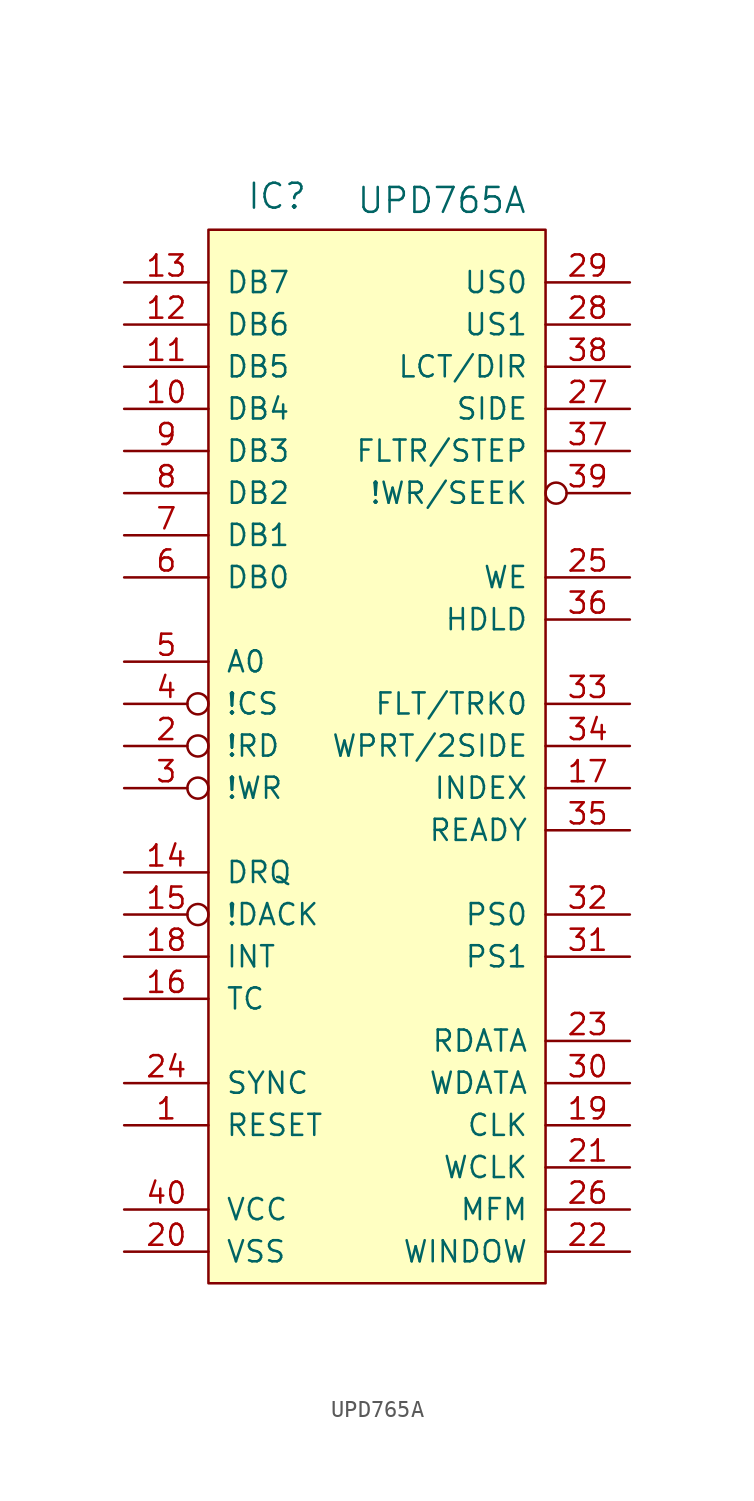
<source format=kicad_sym>
(kicad_symbol_lib
  (version 20241209)
  (generator "kicad_symbol_editor")
  (generator_version "9.0")
  (symbol "UPD765A"
    (pin_names
      (offset 1.016))
    (property "Reference" "IC"
      (at -7.874 32.258 0)
      (effects (font (size 1.499 1.499)) (justify left bottom)))
    (property "Value" "UPD765A"
      (at -1.27 32.004 0)
      (effects (font (size 1.499 1.499)) (justify left bottom)))
    (symbol "UPD765A_1_0"
      (rectangle (start -10.16 31.115) (end 10.16 -32.385) (stroke (width 0) (type solid)) (fill (type background)))
      (pin passive line (at -15.24 27.94 0) (length 5.08) (name "DB7" (effects (font (size 1.27 1.27)))) (number "13" (effects (font (size 1.27 1.27)))))
      (pin passive line (at -15.24 25.4 0) (length 5.08) (name "DB6" (effects (font (size 1.27 1.27)))) (number "12" (effects (font (size 1.27 1.27)))))
      (pin passive line (at -15.24 22.86 0) (length 5.08) (name "DB5" (effects (font (size 1.27 1.27)))) (number "11" (effects (font (size 1.27 1.27)))))
      (pin passive line (at -15.24 20.32 0) (length 5.08) (name "DB4" (effects (font (size 1.27 1.27)))) (number "10" (effects (font (size 1.27 1.27)))))
      (pin passive line (at -15.24 17.78 0) (length 5.08) (name "DB3" (effects (font (size 1.27 1.27)))) (number "9" (effects (font (size 1.27 1.27)))))
      (pin passive line (at -15.24 15.24 0) (length 5.08) (name "DB2" (effects (font (size 1.27 1.27)))) (number "8" (effects (font (size 1.27 1.27)))))
      (pin passive line (at -15.24 12.7 0) (length 5.08) (name "DB1" (effects (font (size 1.27 1.27)))) (number "7" (effects (font (size 1.27 1.27)))))
      (pin passive line (at -15.24 10.16 0) (length 5.08) (name "DB0" (effects (font (size 1.27 1.27)))) (number "6" (effects (font (size 1.27 1.27)))))
      (pin passive line (at -15.24 5.08 0) (length 5.08) (name "A0" (effects (font (size 1.27 1.27)))) (number "5" (effects (font (size 1.27 1.27)))))
      (pin passive inverted (at -15.24 2.54 0) (length 5.08) (name "!CS" (effects (font (size 1.27 1.27)))) (number "4" (effects (font (size 1.27 1.27)))))
      (pin passive inverted (at -15.24 0 0) (length 5.08) (name "!RD" (effects (font (size 1.27 1.27)))) (number "2" (effects (font (size 1.27 1.27)))))
      (pin passive inverted (at -15.24 -2.54 0) (length 5.08) (name "!WR" (effects (font (size 1.27 1.27)))) (number "3" (effects (font (size 1.27 1.27)))))
      (pin passive line (at -15.24 -7.62 0) (length 5.08) (name "DRQ" (effects (font (size 1.27 1.27)))) (number "14" (effects (font (size 1.27 1.27)))))
      (pin passive inverted (at -15.24 -10.16 0) (length 5.08) (name "!DACK" (effects (font (size 1.27 1.27)))) (number "15" (effects (font (size 1.27 1.27)))))
      (pin passive line (at -15.24 -12.7 0) (length 5.08) (name "INT" (effects (font (size 1.27 1.27)))) (number "18" (effects (font (size 1.27 1.27)))))
      (pin passive line (at -15.24 -15.24 0) (length 5.08) (name "TC" (effects (font (size 1.27 1.27)))) (number "16" (effects (font (size 1.27 1.27)))))
      (pin passive line (at -15.24 -20.32 0) (length 5.08) (name "SYNC" (effects (font (size 1.27 1.27)))) (number "24" (effects (font (size 1.27 1.27)))))
      (pin passive line (at -15.24 -22.86 0) (length 5.08) (name "RESET" (effects (font (size 1.27 1.27)))) (number "1" (effects (font (size 1.27 1.27)))))
      (pin passive line (at -15.24 -27.94 0) (length 5.08) (name "VCC" (effects (font (size 1.27 1.27)))) (number "40" (effects (font (size 1.27 1.27)))))
      (pin passive line (at -15.24 -30.48 0) (length 5.08) (name "VSS" (effects (font (size 1.27 1.27)))) (number "20" (effects (font (size 1.27 1.27)))))
      (pin passive line (at 15.24 27.94 180) (length 5.08) (name "US0" (effects (font (size 1.27 1.27)))) (number "29" (effects (font (size 1.27 1.27)))))
      (pin passive line (at 15.24 25.4 180) (length 5.08) (name "US1" (effects (font (size 1.27 1.27)))) (number "28" (effects (font (size 1.27 1.27)))))
      (pin passive line (at 15.24 22.86 180) (length 5.08) (name "LCT/DIR" (effects (font (size 1.27 1.27)))) (number "38" (effects (font (size 1.27 1.27)))))
      (pin passive line (at 15.24 20.32 180) (length 5.08) (name "SIDE" (effects (font (size 1.27 1.27)))) (number "27" (effects (font (size 1.27 1.27)))))
      (pin passive line (at 15.24 17.78 180) (length 5.08) (name "FLTR/STEP" (effects (font (size 1.27 1.27)))) (number "37" (effects (font (size 1.27 1.27)))))
      (pin passive inverted (at 15.24 15.24 180) (length 5.08) (name "!WR/SEEK" (effects (font (size 1.27 1.27)))) (number "39" (effects (font (size 1.27 1.27)))))
      (pin passive line (at 15.24 10.16 180) (length 5.08) (name "WE" (effects (font (size 1.27 1.27)))) (number "25" (effects (font (size 1.27 1.27)))))
      (pin passive line (at 15.24 7.62 180) (length 5.08) (name "HDLD" (effects (font (size 1.27 1.27)))) (number "36" (effects (font (size 1.27 1.27)))))
      (pin passive line (at 15.24 2.54 180) (length 5.08) (name "FLT/TRK0" (effects (font (size 1.27 1.27)))) (number "33" (effects (font (size 1.27 1.27)))))
      (pin passive line (at 15.24 0 180) (length 5.08) (name "WPRT/2SIDE" (effects (font (size 1.27 1.27)))) (number "34" (effects (font (size 1.27 1.27)))))
      (pin passive line (at 15.24 -2.54 180) (length 5.08) (name "INDEX" (effects (font (size 1.27 1.27)))) (number "17" (effects (font (size 1.27 1.27)))))
      (pin passive line (at 15.24 -5.08 180) (length 5.08) (name "READY" (effects (font (size 1.27 1.27)))) (number "35" (effects (font (size 1.27 1.27)))))
      (pin passive line (at 15.24 -10.16 180) (length 5.08) (name "PS0" (effects (font (size 1.27 1.27)))) (number "32" (effects (font (size 1.27 1.27)))))
      (pin passive line (at 15.24 -12.7 180) (length 5.08) (name "PS1" (effects (font (size 1.27 1.27)))) (number "31" (effects (font (size 1.27 1.27)))))
      (pin passive line (at 15.24 -17.78 180) (length 5.08) (name "RDATA" (effects (font (size 1.27 1.27)))) (number "23" (effects (font (size 1.27 1.27)))))
      (pin passive line (at 15.24 -20.32 180) (length 5.08) (name "WDATA" (effects (font (size 1.27 1.27)))) (number "30" (effects (font (size 1.27 1.27)))))
      (pin passive line (at 15.24 -22.86 180) (length 5.08) (name "CLK" (effects (font (size 1.27 1.27)))) (number "19" (effects (font (size 1.27 1.27)))))
      (pin passive line (at 15.24 -25.4 180) (length 5.08) (name "WCLK" (effects (font (size 1.27 1.27)))) (number "21" (effects (font (size 1.27 1.27)))))
      (pin passive line (at 15.24 -27.94 180) (length 5.08) (name "MFM" (effects (font (size 1.27 1.27)))) (number "26" (effects (font (size 1.27 1.27)))))
      (pin passive line (at 15.24 -30.48 180) (length 5.08) (name "WINDOW" (effects (font (size 1.27 1.27)))) (number "22" (effects (font (size 1.27 1.27))))))))
</source>
